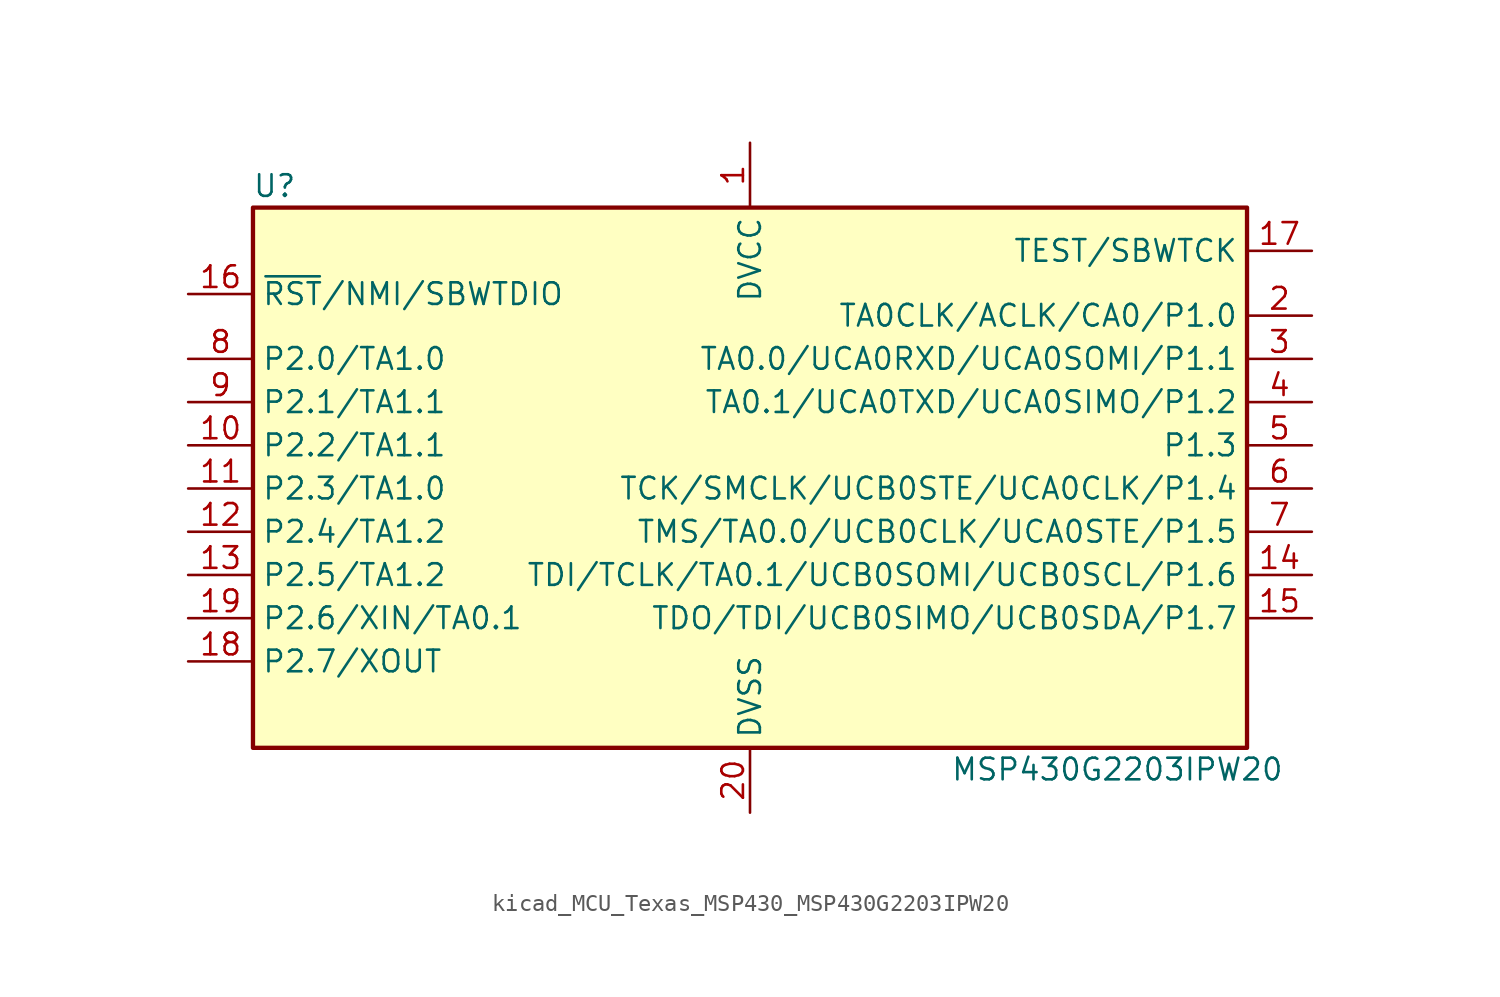
<source format=kicad_sym>
(kicad_symbol_lib
  (version 20220914)
  (generator kicad_symbol_editor)
  (symbol "kicad_MCU_Texas_MSP430_MSP430G2203IPW20"
    (property "Reference" "U"
      (at -27.94 17.78 0)
      (effects (font (size 1.27 1.27))))
    (property "Value" "MSP430G2203IPW20"
      (at 21.59 -16.51 0)
      (effects (font (size 1.27 1.27))))
    (symbol "kicad_MCU_Texas_MSP430_MSP430G2203IPW20_0_1"
      (rectangle (start -29.21 16.51) (end 29.21 -15.24) (stroke (width 0.254) (type default)) (fill (type background))))
    (symbol "kicad_MCU_Texas_MSP430_MSP430G2203IPW20_1_1"
      (pin power_in line (at 0 20.32 270) (length 3.81) (name "DVCC" (effects (font (size 1.27 1.27)))) (number "1" (effects (font (size 1.27 1.27)))))
      (pin bidirectional line (at -33.02 2.54 0) (length 3.81) (name "P2.2/TA1.1" (effects (font (size 1.27 1.27)))) (number "10" (effects (font (size 1.27 1.27)))))
      (pin bidirectional line (at -33.02 0 0) (length 3.81) (name "P2.3/TA1.0" (effects (font (size 1.27 1.27)))) (number "11" (effects (font (size 1.27 1.27)))))
      (pin bidirectional line (at -33.02 -2.54 0) (length 3.81) (name "P2.4/TA1.2" (effects (font (size 1.27 1.27)))) (number "12" (effects (font (size 1.27 1.27)))))
      (pin bidirectional line (at -33.02 -5.08 0) (length 3.81) (name "P2.5/TA1.2" (effects (font (size 1.27 1.27)))) (number "13" (effects (font (size 1.27 1.27)))))
      (pin bidirectional line (at 33.02 -5.08 180) (length 3.81) (name "TDI/TCLK/TA0.1/UCB0SOMI/UCB0SCL/P1.6" (effects (font (size 1.27 1.27)))) (number "14" (effects (font (size 1.27 1.27)))))
      (pin bidirectional line (at 33.02 -7.62 180) (length 3.81) (name "TDO/TDI/UCB0SIMO/UCB0SDA/P1.7" (effects (font (size 1.27 1.27)))) (number "15" (effects (font (size 1.27 1.27)))))
      (pin input line (at -33.02 11.43 0) (length 3.81) (name "~{RST}/NMI/SBWTDIO" (effects (font (size 1.27 1.27)))) (number "16" (effects (font (size 1.27 1.27)))))
      (pin input line (at 33.02 13.97 180) (length 3.81) (name "TEST/SBWTCK" (effects (font (size 1.27 1.27)))) (number "17" (effects (font (size 1.27 1.27)))))
      (pin bidirectional line (at -33.02 -10.16 0) (length 3.81) (name "P2.7/XOUT" (effects (font (size 1.27 1.27)))) (number "18" (effects (font (size 1.27 1.27)))))
      (pin bidirectional line (at -33.02 -7.62 0) (length 3.81) (name "P2.6/XIN/TA0.1" (effects (font (size 1.27 1.27)))) (number "19" (effects (font (size 1.27 1.27)))))
      (pin bidirectional line (at 33.02 10.16 180) (length 3.81) (name "TA0CLK/ACLK/CA0/P1.0" (effects (font (size 1.27 1.27)))) (number "2" (effects (font (size 1.27 1.27)))))
      (pin power_in line (at 0 -19.05 90) (length 3.81) (name "DVSS" (effects (font (size 1.27 1.27)))) (number "20" (effects (font (size 1.27 1.27)))))
      (pin bidirectional line (at 33.02 7.62 180) (length 3.81) (name "TA0.0/UCA0RXD/UCA0SOMI/P1.1" (effects (font (size 1.27 1.27)))) (number "3" (effects (font (size 1.27 1.27)))))
      (pin bidirectional line (at 33.02 5.08 180) (length 3.81) (name "TA0.1/UCA0TXD/UCA0SIMO/P1.2" (effects (font (size 1.27 1.27)))) (number "4" (effects (font (size 1.27 1.27)))))
      (pin bidirectional line (at 33.02 2.54 180) (length 3.81) (name "P1.3" (effects (font (size 1.27 1.27)))) (number "5" (effects (font (size 1.27 1.27)))))
      (pin bidirectional line (at 33.02 0 180) (length 3.81) (name "TCK/SMCLK/UCB0STE/UCA0CLK/P1.4" (effects (font (size 1.27 1.27)))) (number "6" (effects (font (size 1.27 1.27)))))
      (pin bidirectional line (at 33.02 -2.54 180) (length 3.81) (name "TMS/TA0.0/UCB0CLK/UCA0STE/P1.5" (effects (font (size 1.27 1.27)))) (number "7" (effects (font (size 1.27 1.27)))))
      (pin bidirectional line (at -33.02 7.62 0) (length 3.81) (name "P2.0/TA1.0" (effects (font (size 1.27 1.27)))) (number "8" (effects (font (size 1.27 1.27)))))
      (pin bidirectional line (at -33.02 5.08 0) (length 3.81) (name "P2.1/TA1.1" (effects (font (size 1.27 1.27)))) (number "9" (effects (font (size 1.27 1.27))))))))
</source>
